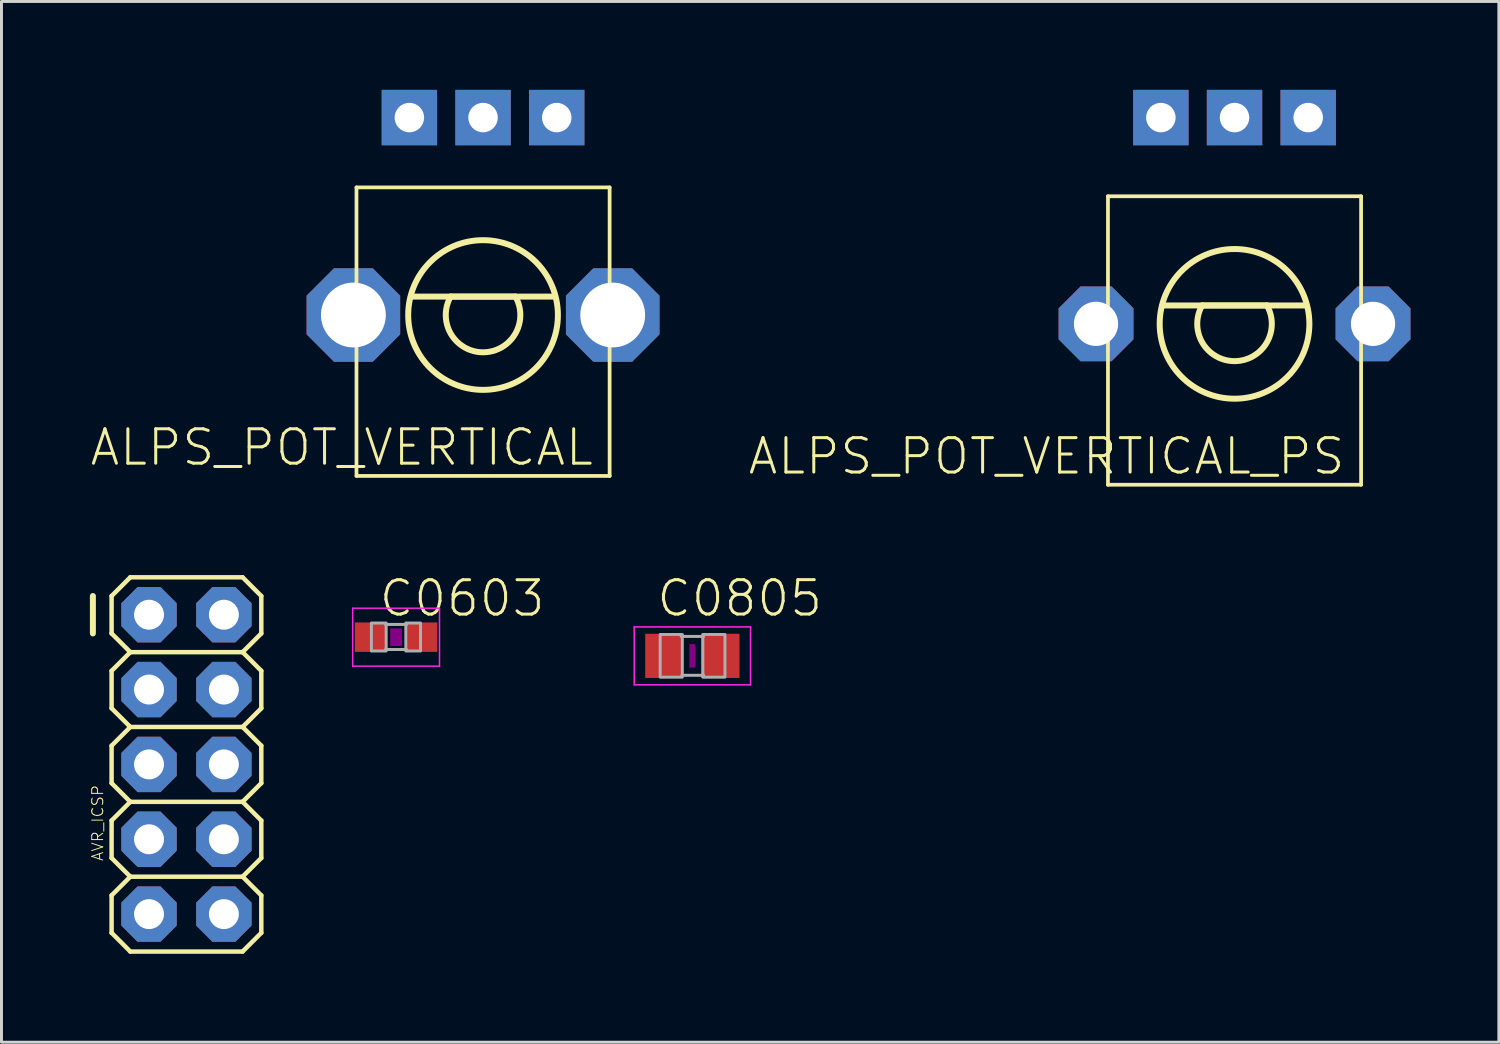
<source format=kicad_pcb>
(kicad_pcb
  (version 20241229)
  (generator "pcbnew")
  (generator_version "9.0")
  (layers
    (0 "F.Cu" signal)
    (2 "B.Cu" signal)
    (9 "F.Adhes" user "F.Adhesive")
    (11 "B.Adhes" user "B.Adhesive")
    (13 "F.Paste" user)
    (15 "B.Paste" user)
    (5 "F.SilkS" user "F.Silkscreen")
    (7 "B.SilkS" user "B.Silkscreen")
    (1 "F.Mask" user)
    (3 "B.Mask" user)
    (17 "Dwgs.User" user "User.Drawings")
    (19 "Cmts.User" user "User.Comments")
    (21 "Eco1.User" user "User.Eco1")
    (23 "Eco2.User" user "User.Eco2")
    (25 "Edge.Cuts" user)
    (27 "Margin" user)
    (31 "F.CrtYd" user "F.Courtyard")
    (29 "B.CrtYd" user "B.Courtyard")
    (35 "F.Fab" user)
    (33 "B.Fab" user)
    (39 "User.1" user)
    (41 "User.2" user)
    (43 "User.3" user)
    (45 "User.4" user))
  (footprint "AVR_ICSP"
    (layer "F.Cu")
    (at 3.277 22.89)
    (property "Reference" "AVR_ICSP" (at -2.794 3.302 90) (layer "F.SilkS") (effects (font (size 0.374 0.374) (thickness 0.033)) (justify left bottom)))
    (fp_line (start -3.175 -5.715) (end -3.175 -4.445) (stroke (width 0.203) (type solid)) (layer "F.SilkS"))
    (fp_line (start -2.54 -5.715) (end -2.54 -4.445) (stroke (width 0.152) (type solid)) (layer "F.SilkS"))
    (fp_line (start -2.54 -4.445) (end -1.905 -3.81) (stroke (width 0.152) (type solid)) (layer "F.SilkS"))
    (fp_line (start -2.54 -3.175) (end -2.54 -1.905) (stroke (width 0.152) (type solid)) (layer "F.SilkS"))
    (fp_line (start -2.54 -1.905) (end -1.905 -1.27) (stroke (width 0.152) (type solid)) (layer "F.SilkS"))
    (fp_line (start -2.54 -0.635) (end -2.54 0.635) (stroke (width 0.152) (type solid)) (layer "F.SilkS"))
    (fp_line (start -2.54 0.635) (end -1.905 1.27) (stroke (width 0.152) (type solid)) (layer "F.SilkS"))
    (fp_line (start -2.54 1.905) (end -2.54 3.175) (stroke (width 0.152) (type solid)) (layer "F.SilkS"))
    (fp_line (start -2.54 3.175) (end -1.905 3.81) (stroke (width 0.152) (type solid)) (layer "F.SilkS"))
    (fp_line (start -2.54 4.445) (end -2.54 5.715) (stroke (width 0.152) (type solid)) (layer "F.SilkS"))
    (fp_line (start -2.54 5.715) (end -1.905 6.35) (stroke (width 0.152) (type solid)) (layer "F.SilkS"))
    (fp_line (start -1.905 -6.35) (end -2.54 -5.715) (stroke (width 0.152) (type solid)) (layer "F.SilkS"))
    (fp_line (start -1.905 -6.35) (end 1.905 -6.35) (stroke (width 0.152) (type solid)) (layer "F.SilkS"))
    (fp_line (start -1.905 -3.81) (end -2.54 -3.175) (stroke (width 0.152) (type solid)) (layer "F.SilkS"))
    (fp_line (start -1.905 -1.27) (end -2.54 -0.635) (stroke (width 0.152) (type solid)) (layer "F.SilkS"))
    (fp_line (start -1.905 1.27) (end -2.54 1.905) (stroke (width 0.152) (type solid)) (layer "F.SilkS"))
    (fp_line (start -1.905 3.81) (end -2.54 4.445) (stroke (width 0.152) (type solid)) (layer "F.SilkS"))
    (fp_line (start 1.905 -6.35) (end 2.54 -5.715) (stroke (width 0.152) (type solid)) (layer "F.SilkS"))
    (fp_line (start 1.905 -3.81) (end -1.905 -3.81) (stroke (width 0.152) (type solid)) (layer "F.SilkS"))
    (fp_line (start 1.905 -3.81) (end 2.54 -3.175) (stroke (width 0.152) (type solid)) (layer "F.SilkS"))
    (fp_line (start 1.905 -1.27) (end -1.905 -1.27) (stroke (width 0.152) (type solid)) (layer "F.SilkS"))
    (fp_line (start 1.905 -1.27) (end 2.54 -0.635) (stroke (width 0.152) (type solid)) (layer "F.SilkS"))
    (fp_line (start 1.905 1.27) (end -1.905 1.27) (stroke (width 0.152) (type solid)) (layer "F.SilkS"))
    (fp_line (start 1.905 1.27) (end 2.54 1.905) (stroke (width 0.152) (type solid)) (layer "F.SilkS"))
    (fp_line (start 1.905 3.81) (end -1.905 3.81) (stroke (width 0.152) (type solid)) (layer "F.SilkS"))
    (fp_line (start 1.905 3.81) (end 2.54 4.445) (stroke (width 0.152) (type solid)) (layer "F.SilkS"))
    (fp_line (start 1.905 6.35) (end -1.905 6.35) (stroke (width 0.152) (type solid)) (layer "F.SilkS"))
    (fp_line (start 2.54 -5.715) (end 2.54 -4.445) (stroke (width 0.152) (type solid)) (layer "F.SilkS"))
    (fp_line (start 2.54 -4.445) (end 1.905 -3.81) (stroke (width 0.152) (type solid)) (layer "F.SilkS"))
    (fp_line (start 2.54 -3.175) (end 2.54 -1.905) (stroke (width 0.152) (type solid)) (layer "F.SilkS"))
    (fp_line (start 2.54 -1.905) (end 1.905 -1.27) (stroke (width 0.152) (type solid)) (layer "F.SilkS"))
    (fp_line (start 2.54 -0.635) (end 2.54 0.635) (stroke (width 0.152) (type solid)) (layer "F.SilkS"))
    (fp_line (start 2.54 0.635) (end 1.905 1.27) (stroke (width 0.152) (type solid)) (layer "F.SilkS"))
    (fp_line (start 2.54 1.905) (end 2.54 3.175) (stroke (width 0.152) (type solid)) (layer "F.SilkS"))
    (fp_line (start 2.54 3.175) (end 1.905 3.81) (stroke (width 0.152) (type solid)) (layer "F.SilkS"))
    (fp_line (start 2.54 4.445) (end 2.54 5.715) (stroke (width 0.152) (type solid)) (layer "F.SilkS"))
    (fp_line (start 2.54 5.715) (end 1.905 6.35) (stroke (width 0.152) (type solid)) (layer "F.SilkS"))
    (fp_poly (pts (xy -1.524 0.254) (xy -1.016 0.254) (xy -1.016 -0.254) (xy -1.524 -0.254)) (stroke (width 0) (type solid)) (fill yes) (layer "F.SilkS"))
    (fp_poly (pts (xy -1.524 -4.826) (xy -1.016 -4.826) (xy -1.016 -5.334) (xy -1.524 -5.334)) (stroke (width 0.1) (type solid)) (fill no) (layer "F.Fab"))
    (fp_poly (pts (xy -1.524 -2.286) (xy -1.016 -2.286) (xy -1.016 -2.794) (xy -1.524 -2.794)) (stroke (width 0.1) (type solid)) (fill no) (layer "F.Fab"))
    (fp_poly (pts (xy -1.524 2.794) (xy -1.016 2.794) (xy -1.016 2.286) (xy -1.524 2.286)) (stroke (width 0.1) (type solid)) (fill no) (layer "F.Fab"))
    (fp_poly (pts (xy -1.524 5.334) (xy -1.016 5.334) (xy -1.016 4.826) (xy -1.524 4.826)) (stroke (width 0.1) (type solid)) (fill no) (layer "F.Fab"))
    (fp_poly (pts (xy 1.016 -4.826) (xy 1.524 -4.826) (xy 1.524 -5.334) (xy 1.016 -5.334)) (stroke (width 0.1) (type solid)) (fill no) (layer "F.Fab"))
    (fp_poly (pts (xy 1.016 -2.286) (xy 1.524 -2.286) (xy 1.524 -2.794) (xy 1.016 -2.794)) (stroke (width 0.1) (type solid)) (fill no) (layer "F.Fab"))
    (fp_poly (pts (xy 1.016 0.254) (xy 1.524 0.254) (xy 1.524 -0.254) (xy 1.016 -0.254)) (stroke (width 0.1) (type solid)) (fill no) (layer "F.Fab"))
    (fp_poly (pts (xy 1.016 2.794) (xy 1.524 2.794) (xy 1.524 2.286) (xy 1.016 2.286)) (stroke (width 0.1) (type solid)) (fill no) (layer "F.Fab"))
    (fp_poly (pts (xy 1.016 5.334) (xy 1.524 5.334) (xy 1.524 4.826) (xy 1.016 4.826)) (stroke (width 0.1) (type solid)) (fill no) (layer "F.Fab"))
    (pad "1" thru_hole roundrect (at -1.27 -5.08 270) (size 1.88 1.88) (drill 1.016) (layers "*.Cu" "*.Mask") (roundrect_rratio 0.25) (chamfer_ratio 0.293) (chamfer top_left top_right bottom_left bottom_right))
    (pad "2" thru_hole roundrect (at 1.27 -5.08 270) (size 1.88 1.88) (drill 1.016) (layers "*.Cu" "*.Mask") (roundrect_rratio 0.25) (chamfer_ratio 0.293) (chamfer top_left top_right bottom_left bottom_right))
    (pad "3" thru_hole roundrect (at -1.27 -2.54 270) (size 1.88 1.88) (drill 1.016) (layers "*.Cu" "*.Mask") (roundrect_rratio 0.25) (chamfer_ratio 0.293) (chamfer top_left top_right bottom_left bottom_right))
    (pad "4" thru_hole roundrect (at 1.27 -2.54 270) (size 1.88 1.88) (drill 1.016) (layers "*.Cu" "*.Mask") (roundrect_rratio 0.25) (chamfer_ratio 0.293) (chamfer top_left top_right bottom_left bottom_right))
    (pad "5" thru_hole roundrect (at -1.27 0 270) (size 1.88 1.88) (drill 1.016) (layers "*.Cu" "*.Mask") (roundrect_rratio 0.25) (chamfer_ratio 0.293) (chamfer top_left top_right bottom_left bottom_right))
    (pad "6" thru_hole roundrect (at 1.27 0 270) (size 1.88 1.88) (drill 1.016) (layers "*.Cu" "*.Mask") (roundrect_rratio 0.25) (chamfer_ratio 0.293) (chamfer top_left top_right bottom_left bottom_right))
    (pad "7" thru_hole roundrect (at -1.27 2.54 270) (size 1.88 1.88) (drill 1.016) (layers "*.Cu" "*.Mask") (roundrect_rratio 0.25) (chamfer_ratio 0.293) (chamfer top_left top_right bottom_left bottom_right))
    (pad "8" thru_hole roundrect (at 1.27 2.54 270) (size 1.88 1.88) (drill 1.016) (layers "*.Cu" "*.Mask") (roundrect_rratio 0.25) (chamfer_ratio 0.293) (chamfer top_left top_right bottom_left bottom_right))
    (pad "9" thru_hole roundrect (at -1.27 5.08 270) (size 1.88 1.88) (drill 1.016) (layers "*.Cu" "*.Mask") (roundrect_rratio 0.25) (chamfer_ratio 0.293) (chamfer top_left top_right bottom_left bottom_right))
    (pad "10" thru_hole roundrect (at 1.27 5.08 270) (size 1.88 1.88) (drill 1.016) (layers "*.Cu" "*.Mask") (roundrect_rratio 0.25) (chamfer_ratio 0.293) (chamfer top_left top_right bottom_left bottom_right)))
  (footprint "ALPS_POT_VERTICAL"
    (layer "F.Cu")
    (at 13.342 7.64)
    (property "Reference" "ALPS_POT_VERTICAL" (at 3.81 3.81 0) (layer "F.SilkS") (effects (font (size 1.168 1.168) (thickness 0.102)) (justify right top)))
    (fp_line (start -4.295 -4.33) (end 4.295 -4.33) (stroke (width 0.127) (type solid)) (layer "F.SilkS"))
    (fp_line (start -4.295 5.46) (end -4.295 -4.33) (stroke (width 0.127) (type solid)) (layer "F.SilkS"))
    (fp_line (start -2.45 -0.625) (end 2.425 -0.625) (stroke (width 0.203) (type solid)) (layer "F.SilkS"))
    (fp_line (start -1.1 -0.625) (end 1.1 -0.625) (stroke (width 0.203) (type solid)) (layer "F.SilkS"))
    (fp_line (start 4.295 -4.33) (end 4.295 5.46) (stroke (width 0.127) (type solid)) (layer "F.SilkS"))
    (fp_line (start 4.295 5.46) (end -4.295 5.46) (stroke (width 0.127) (type solid)) (layer "F.SilkS"))
    (fp_arc (start 1.1 -0.625) (mid 0 1.265158) (end -1.1 -0.625) (stroke (width 0.2032) (type solid)) (layer "F.SilkS"))
    (fp_circle (center 0 0) (end 2.54 0) (stroke (width 0.203) (type solid)) (fill no) (layer "F.SilkS"))
    (pad "P$1" thru_hole rect (at -2.5 -6.7 270) (size 1.88 1.88) (drill 1) (layers "*.Cu" "*.Mask"))
    (pad "P$2" thru_hole rect (at 0 -6.7 270) (size 1.88 1.88) (drill 1) (layers "*.Cu" "*.Mask"))
    (pad "P$3" thru_hole rect (at 2.5 -6.7 270) (size 1.88 1.88) (drill 1) (layers "*.Cu" "*.Mask"))
    (pad "P$4" thru_hole roundrect (at -4.4 0 270) (size 3.175 3.175) (drill 2.2) (layers "*.Cu" "*.Mask") (roundrect_rratio 0.25) (chamfer_ratio 0.293) (chamfer top_left top_right bottom_left bottom_right))
    (pad "P$5" thru_hole roundrect (at 4.4 0 270) (size 3.175 3.175) (drill 2.2) (layers "*.Cu" "*.Mask") (roundrect_rratio 0.25) (chamfer_ratio 0.293) (chamfer top_left top_right bottom_left bottom_right)))
  (footprint "C0603"
    (layer "F.Cu")
    (at 10.391 18.572)
    (property "Reference" "C0603" (at -0.635 -0.635 0) (layer "F.SilkS") (effects (font (size 1.168 1.168) (thickness 0.102)) (justify left bottom)))
    (fp_poly (pts (xy -0.2 0.3) (xy 0.2 0.3) (xy 0.2 -0.3) (xy -0.2 -0.3)) (stroke (width 0) (type solid)) (fill yes) (layer "F.Adhes"))
    (fp_line (start -1.473 -0.983) (end 1.473 -0.983) (stroke (width 0.051) (type solid)) (layer "F.CrtYd"))
    (fp_line (start -1.473 0.983) (end -1.473 -0.983) (stroke (width 0.051) (type solid)) (layer "F.CrtYd"))
    (fp_line (start 1.473 -0.983) (end 1.473 0.983) (stroke (width 0.051) (type solid)) (layer "F.CrtYd"))
    (fp_line (start 1.473 0.983) (end -1.473 0.983) (stroke (width 0.051) (type solid)) (layer "F.CrtYd"))
    (fp_line (start -0.356 -0.432) (end 0.356 -0.432) (stroke (width 0.102) (type solid)) (layer "F.Fab"))
    (fp_line (start -0.356 0.419) (end 0.356 0.419) (stroke (width 0.102) (type solid)) (layer "F.Fab"))
    (fp_poly (pts (xy -0.838 0.47) (xy -0.338 0.47) (xy -0.338 -0.48) (xy -0.838 -0.48)) (stroke (width 0.1) (type solid)) (fill no) (layer "F.Fab"))
    (fp_poly (pts (xy 0.33 0.47) (xy 0.83 0.47) (xy 0.83 -0.48) (xy 0.33 -0.48)) (stroke (width 0.1) (type solid)) (fill no) (layer "F.Fab"))
    (pad "1" smd rect (at -0.85 0) (size 1.1 1) (layers "F.Cu" "F.Mask" "F.Paste"))
    (pad "2" smd rect (at 0.85 0) (size 1.1 1) (layers "F.Cu" "F.Mask" "F.Paste")))
  (footprint "C0805"
    (layer "F.Cu")
    (at 20.445 19.206)
    (property "Reference" "C0805" (at -1.27 -1.27 0) (layer "F.SilkS") (effects (font (size 1.168 1.168) (thickness 0.102)) (justify left bottom)))
    (fp_poly (pts (xy -0.1 0.4) (xy 0.1 0.4) (xy 0.1 -0.4) (xy -0.1 -0.4)) (stroke (width 0) (type solid)) (fill yes) (layer "F.Adhes"))
    (fp_line (start -1.973 -0.983) (end 1.973 -0.983) (stroke (width 0.051) (type solid)) (layer "F.CrtYd"))
    (fp_line (start -1.973 0.983) (end -1.973 -0.983) (stroke (width 0.051) (type solid)) (layer "F.CrtYd"))
    (fp_line (start 1.973 -0.983) (end 1.973 0.983) (stroke (width 0.051) (type solid)) (layer "F.CrtYd"))
    (fp_line (start 1.973 0.983) (end -1.973 0.983) (stroke (width 0.051) (type solid)) (layer "F.CrtYd"))
    (fp_line (start -0.381 -0.66) (end 0.381 -0.66) (stroke (width 0.102) (type solid)) (layer "F.Fab"))
    (fp_line (start -0.356 0.66) (end 0.381 0.66) (stroke (width 0.102) (type solid)) (layer "F.Fab"))
    (fp_poly (pts (xy -1.092 0.724) (xy -0.342 0.724) (xy -0.342 -0.726) (xy -1.092 -0.726)) (stroke (width 0.1) (type solid)) (fill no) (layer "F.Fab"))
    (fp_poly (pts (xy 0.356 0.724) (xy 1.106 0.724) (xy 1.106 -0.726) (xy 0.356 -0.726)) (stroke (width 0.1) (type solid)) (fill no) (layer "F.Fab"))
    (pad "1" smd rect (at -0.95 0) (size 1.3 1.5) (layers "F.Cu" "F.Mask" "F.Paste"))
    (pad "2" smd rect (at 0.95 0) (size 1.3 1.5) (layers "F.Cu" "F.Mask" "F.Paste")))
  (footprint "ALPS_POT_VERTICAL_PS"
    (layer "F.Cu")
    (at 38.843 7.94)
    (property "Reference" "ALPS_POT_VERTICAL_PS" (at 3.81 3.81 0) (layer "F.SilkS") (effects (font (size 1.168 1.168) (thickness 0.102)) (justify right top)))
    (fp_line (start -4.295 -4.33) (end 4.295 -4.33) (stroke (width 0.127) (type solid)) (layer "F.SilkS"))
    (fp_line (start -4.295 5.46) (end -4.295 -4.33) (stroke (width 0.127) (type solid)) (layer "F.SilkS"))
    (fp_line (start -2.45 -0.625) (end 2.425 -0.625) (stroke (width 0.203) (type solid)) (layer "F.SilkS"))
    (fp_line (start -1.1 -0.625) (end 1.1 -0.625) (stroke (width 0.203) (type solid)) (layer "F.SilkS"))
    (fp_line (start 4.295 -4.33) (end 4.295 5.46) (stroke (width 0.127) (type solid)) (layer "F.SilkS"))
    (fp_line (start 4.295 5.46) (end -4.295 5.46) (stroke (width 0.127) (type solid)) (layer "F.SilkS"))
    (fp_arc (start 1.1 -0.625) (mid 0 1.265158) (end -1.1 -0.625) (stroke (width 0.2032) (type solid)) (layer "F.SilkS"))
    (fp_circle (center 0 0) (end 2.54 0) (stroke (width 0.203) (type solid)) (fill no) (layer "F.SilkS"))
    (pad "P$1" thru_hole rect (at -2.5 -7 270) (size 1.88 1.88) (drill 1) (layers "*.Cu" "*.Mask"))
    (pad "P$2" thru_hole rect (at 0 -7 270) (size 1.88 1.88) (drill 1) (layers "*.Cu" "*.Mask"))
    (pad "P$3" thru_hole rect (at 2.5 -7 270) (size 1.88 1.88) (drill 1) (layers "*.Cu" "*.Mask"))
    (pad "P$4" thru_hole roundrect (at -4.7 0 270) (size 2.54 2.54) (drill 1.5) (layers "*.Cu" "*.Mask") (roundrect_rratio 0.25) (chamfer_ratio 0.293) (chamfer top_left top_right bottom_left bottom_right))
    (pad "P$5" thru_hole roundrect (at 4.7 0 270) (size 2.54 2.54) (drill 1.5) (layers "*.Cu" "*.Mask") (roundrect_rratio 0.25) (chamfer_ratio 0.293) (chamfer top_left top_right bottom_left bottom_right)))
  (gr_rect
    (start -3 -3)
    (end 47.813 32.316)
    (stroke (width 0.1) (type default))
    (fill no)
    (layer "Edge.Cuts")))
</source>
